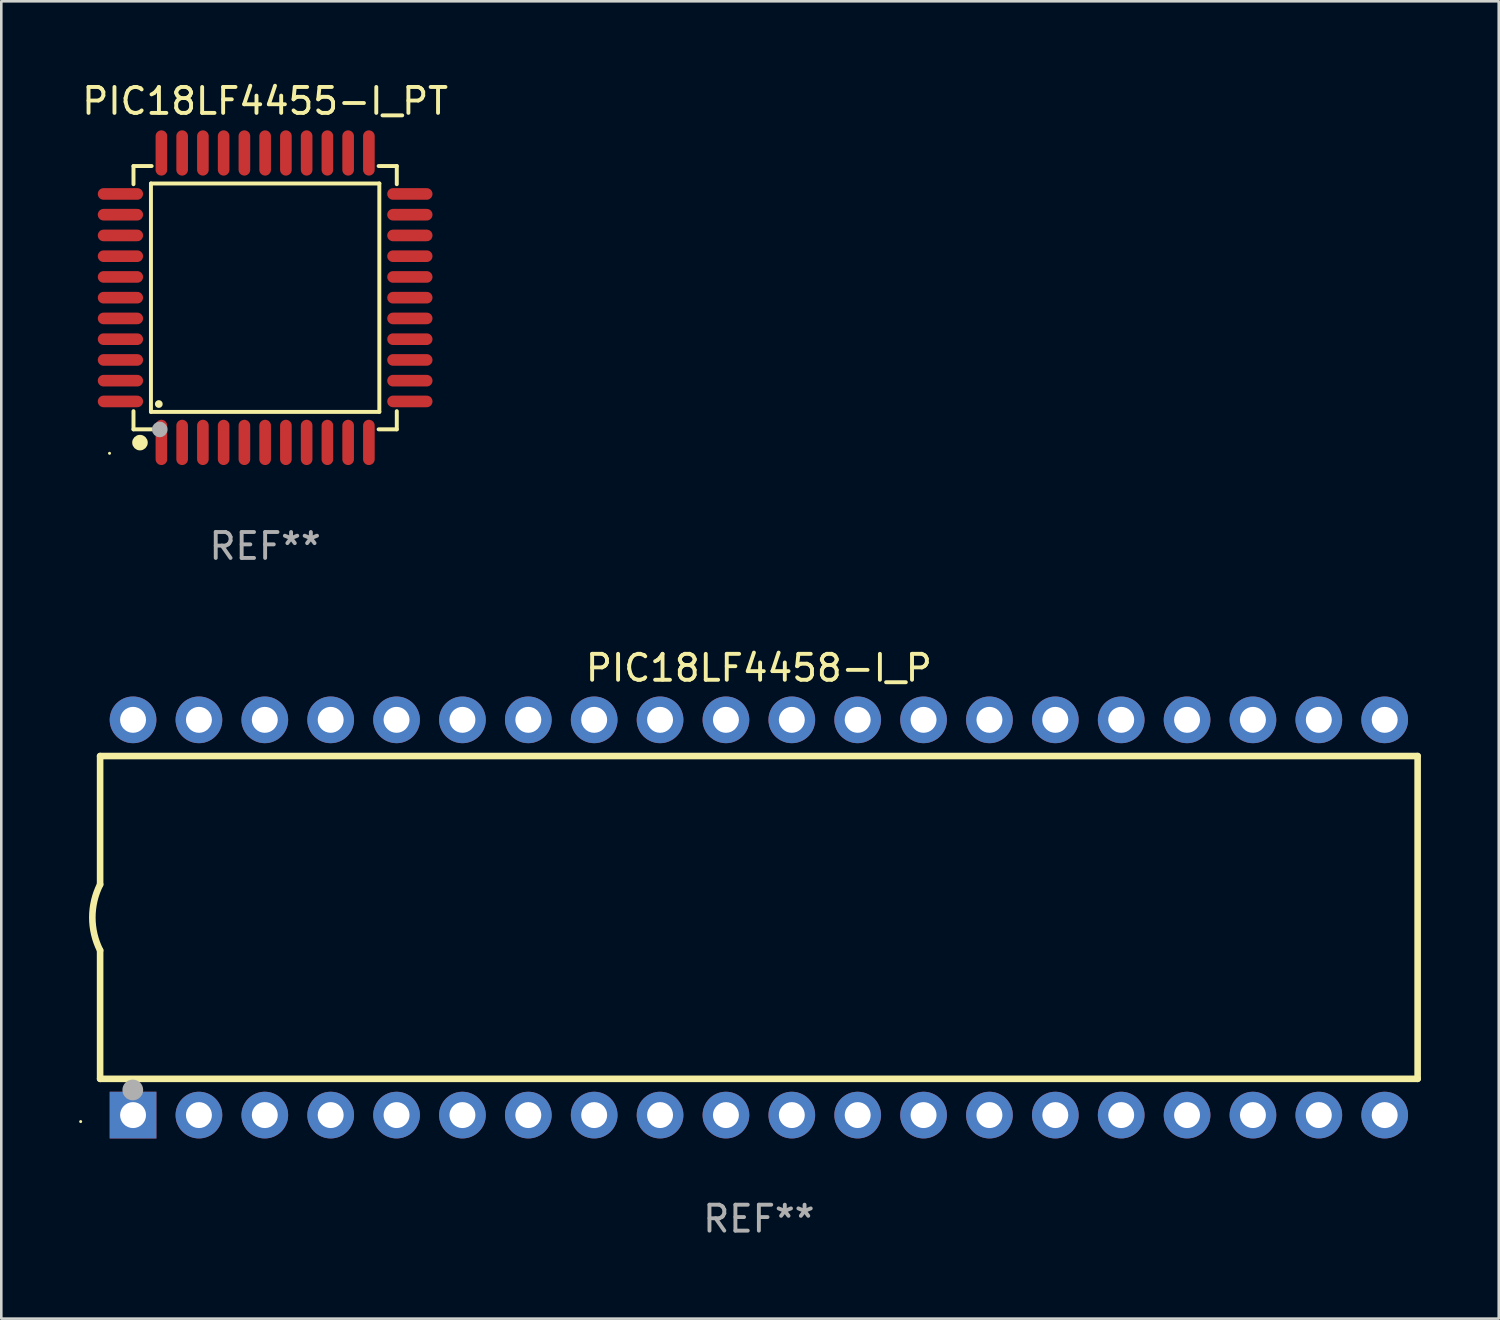
<source format=kicad_pcb>
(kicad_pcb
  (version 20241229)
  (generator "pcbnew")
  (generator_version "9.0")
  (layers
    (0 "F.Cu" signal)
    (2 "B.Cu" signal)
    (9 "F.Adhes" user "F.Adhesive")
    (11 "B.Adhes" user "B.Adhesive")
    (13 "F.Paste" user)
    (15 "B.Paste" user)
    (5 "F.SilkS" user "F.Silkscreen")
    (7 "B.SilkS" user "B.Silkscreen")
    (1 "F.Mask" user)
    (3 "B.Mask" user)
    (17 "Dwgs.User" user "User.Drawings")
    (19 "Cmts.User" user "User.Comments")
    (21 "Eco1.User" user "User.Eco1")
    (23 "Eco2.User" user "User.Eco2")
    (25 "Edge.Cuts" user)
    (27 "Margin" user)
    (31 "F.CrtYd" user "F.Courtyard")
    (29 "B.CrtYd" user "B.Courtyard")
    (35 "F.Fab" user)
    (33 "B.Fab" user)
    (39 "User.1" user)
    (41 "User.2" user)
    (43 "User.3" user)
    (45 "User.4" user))
  (footprint "PIC18LF4458-I_P"
    (layer "F.Cu")
    (at 26.21 32.325)
    (property "Reference" "PIC18LF4458-I_P" (at 0 -9.62 0) (layer "F.SilkS") (effects (font (size 1 1) (thickness 0.15))))
    (attr through_hole)
    (fp_line (start -25.4 -6.224) (end -25.4 -1.271) (stroke (width 0.254) (type solid)) (layer "F.SilkS"))
    (fp_line (start -25.4 -6.224) (end 25.4 -6.224) (stroke (width 0.254) (type solid)) (layer "F.SilkS"))
    (fp_line (start -25.4 1.269) (end -25.4 6.222) (stroke (width 0.254) (type solid)) (layer "F.SilkS"))
    (fp_line (start -25.4 6.222) (end 25.4 6.222) (stroke (width 0.254) (type solid)) (layer "F.SilkS"))
    (fp_line (start 25.4 6.222) (end 25.4 -6.224) (stroke (width 0.254) (type solid)) (layer "F.SilkS"))
    (fp_arc (start -25.4 1.269241) (mid -25.699807 -0.000762) (end -25.4 -1.270765) (stroke (width 0.254001) (type solid)) (layer "F.SilkS"))
    (fp_circle (center -26.15 7.87) (end -26.12 7.87) (stroke (width 0.06) (type solid)) (fill no) (layer "F.SilkS"))
    (fp_circle (center -24.14 6.65) (end -23.94 6.65) (stroke (width 0.4) (type solid)) (fill no) (layer "F.Fab"))
    (fp_text user "REF**" (at 0 11.62 0) (layer "F.Fab") (effects (font (size 1 1) (thickness 0.15))))
    (pad "1" thru_hole rect (at -24.13 7.62 90) (size 1.8 1.8) (drill 1) (layers "*.Cu" "*.Mask"))
    (pad "2" thru_hole circle (at -21.59 7.62) (size 1.8 1.8) (drill 1) (layers "*.Cu" "*.Mask"))
    (pad "3" thru_hole circle (at -19.05 7.62) (size 1.8 1.8) (drill 1) (layers "*.Cu" "*.Mask"))
    (pad "4" thru_hole circle (at -16.51 7.62) (size 1.8 1.8) (drill 1) (layers "*.Cu" "*.Mask"))
    (pad "5" thru_hole circle (at -13.97 7.62) (size 1.8 1.8) (drill 1) (layers "*.Cu" "*.Mask"))
    (pad "6" thru_hole circle (at -11.43 7.62) (size 1.8 1.8) (drill 1) (layers "*.Cu" "*.Mask"))
    (pad "7" thru_hole circle (at -8.89 7.62) (size 1.8 1.8) (drill 1) (layers "*.Cu" "*.Mask"))
    (pad "8" thru_hole circle (at -6.35 7.62) (size 1.8 1.8) (drill 1) (layers "*.Cu" "*.Mask"))
    (pad "9" thru_hole circle (at -3.81 7.62) (size 1.8 1.8) (drill 1) (layers "*.Cu" "*.Mask"))
    (pad "10" thru_hole circle (at -1.27 7.62) (size 1.8 1.8) (drill 1) (layers "*.Cu" "*.Mask"))
    (pad "11" thru_hole circle (at 1.27 7.62) (size 1.8 1.8) (drill 1) (layers "*.Cu" "*.Mask"))
    (pad "12" thru_hole circle (at 3.81 7.62) (size 1.8 1.8) (drill 1) (layers "*.Cu" "*.Mask"))
    (pad "13" thru_hole circle (at 6.35 7.62) (size 1.8 1.8) (drill 1) (layers "*.Cu" "*.Mask"))
    (pad "14" thru_hole circle (at 8.89 7.62) (size 1.8 1.8) (drill 1) (layers "*.Cu" "*.Mask"))
    (pad "15" thru_hole circle (at 11.43 7.62) (size 1.8 1.8) (drill 1) (layers "*.Cu" "*.Mask"))
    (pad "16" thru_hole circle (at 13.97 7.62) (size 1.8 1.8) (drill 1) (layers "*.Cu" "*.Mask"))
    (pad "17" thru_hole circle (at 16.51 7.62) (size 1.8 1.8) (drill 1) (layers "*.Cu" "*.Mask"))
    (pad "18" thru_hole circle (at 19.05 7.62) (size 1.8 1.8) (drill 1) (layers "*.Cu" "*.Mask"))
    (pad "19" thru_hole circle (at 21.59 7.62) (size 1.8 1.8) (drill 1) (layers "*.Cu" "*.Mask"))
    (pad "20" thru_hole circle (at 24.13 7.62) (size 1.8 1.8) (drill 1) (layers "*.Cu" "*.Mask"))
    (pad "21" thru_hole circle (at 24.13 -7.62) (size 1.8 1.8) (drill 1) (layers "*.Cu" "*.Mask"))
    (pad "22" thru_hole circle (at 21.59 -7.62) (size 1.8 1.8) (drill 1) (layers "*.Cu" "*.Mask"))
    (pad "23" thru_hole circle (at 19.05 -7.62) (size 1.8 1.8) (drill 1) (layers "*.Cu" "*.Mask"))
    (pad "24" thru_hole circle (at 16.51 -7.62) (size 1.8 1.8) (drill 1) (layers "*.Cu" "*.Mask"))
    (pad "25" thru_hole circle (at 13.97 -7.62) (size 1.8 1.8) (drill 1) (layers "*.Cu" "*.Mask"))
    (pad "26" thru_hole circle (at 11.43 -7.62) (size 1.8 1.8) (drill 1) (layers "*.Cu" "*.Mask"))
    (pad "27" thru_hole circle (at 8.89 -7.62) (size 1.8 1.8) (drill 1) (layers "*.Cu" "*.Mask"))
    (pad "28" thru_hole circle (at 6.35 -7.62) (size 1.8 1.8) (drill 1) (layers "*.Cu" "*.Mask"))
    (pad "29" thru_hole circle (at 3.81 -7.62) (size 1.8 1.8) (drill 1) (layers "*.Cu" "*.Mask"))
    (pad "30" thru_hole circle (at 1.27 -7.62) (size 1.8 1.8) (drill 1) (layers "*.Cu" "*.Mask"))
    (pad "31" thru_hole circle (at -1.27 -7.62) (size 1.8 1.8) (drill 1) (layers "*.Cu" "*.Mask"))
    (pad "32" thru_hole circle (at -3.81 -7.62) (size 1.8 1.8) (drill 1) (layers "*.Cu" "*.Mask"))
    (pad "33" thru_hole circle (at -6.35 -7.62) (size 1.8 1.8) (drill 1) (layers "*.Cu" "*.Mask"))
    (pad "34" thru_hole circle (at -8.89 -7.62) (size 1.8 1.8) (drill 1) (layers "*.Cu" "*.Mask"))
    (pad "35" thru_hole circle (at -11.43 -7.62) (size 1.8 1.8) (drill 1) (layers "*.Cu" "*.Mask"))
    (pad "36" thru_hole circle (at -13.97 -7.62) (size 1.8 1.8) (drill 1) (layers "*.Cu" "*.Mask"))
    (pad "37" thru_hole circle (at -16.51 -7.62) (size 1.8 1.8) (drill 1) (layers "*.Cu" "*.Mask"))
    (pad "38" thru_hole circle (at -19.05 -7.62) (size 1.8 1.8) (drill 1) (layers "*.Cu" "*.Mask"))
    (pad "39" thru_hole circle (at -21.59 -7.62) (size 1.8 1.8) (drill 1) (layers "*.Cu" "*.Mask"))
    (pad "40" thru_hole circle (at -24.13 -7.62) (size 1.8 1.8) (drill 1) (layers "*.Cu" "*.Mask")))
  (footprint "PIC18LF4455-I_PT"
    (layer "F.Cu")
    (at 7.173 8.428)
    (property "Reference" "PIC18LF4455-I_PT" (at 0 -7.58 0) (layer "F.SilkS") (effects (font (size 1 1) (thickness 0.15))))
    (attr through_hole)
    (fp_line (start -5.076 -5.076) (end -5.076 -4.376) (stroke (width 0.152) (type solid)) (layer "F.SilkS"))
    (fp_line (start -5.076 5.076) (end -5.076 4.376) (stroke (width 0.152) (type solid)) (layer "F.SilkS"))
    (fp_line (start -4.403 -4.403) (end 4.403 -4.403) (stroke (width 0.152) (type solid)) (layer "F.SilkS"))
    (fp_line (start -4.403 4.403) (end -4.403 -4.403) (stroke (width 0.152) (type solid)) (layer "F.SilkS"))
    (fp_line (start -4.376 -5.076) (end -5.076 -5.076) (stroke (width 0.152) (type solid)) (layer "F.SilkS"))
    (fp_line (start -4.376 5.076) (end -5.076 5.076) (stroke (width 0.152) (type solid)) (layer "F.SilkS"))
    (fp_line (start 4.376 -5.076) (end 5.076 -5.076) (stroke (width 0.152) (type solid)) (layer "F.SilkS"))
    (fp_line (start 4.376 5.076) (end 5.076 5.076) (stroke (width 0.152) (type solid)) (layer "F.SilkS"))
    (fp_line (start 4.403 -4.403) (end 4.403 4.403) (stroke (width 0.152) (type solid)) (layer "F.SilkS"))
    (fp_line (start 4.403 4.403) (end -4.403 4.403) (stroke (width 0.152) (type solid)) (layer "F.SilkS"))
    (fp_line (start 5.076 -5.076) (end 5.076 -4.376) (stroke (width 0.152) (type solid)) (layer "F.SilkS"))
    (fp_line (start 5.076 5.076) (end 5.076 4.376) (stroke (width 0.152) (type solid)) (layer "F.SilkS"))
    (fp_circle (center -6 6) (end -5.97 6) (stroke (width 0.06) (type solid)) (fill no) (layer "F.SilkS"))
    (fp_circle (center -4.826 5.588) (end -4.676 5.588) (stroke (width 0.3) (type solid)) (fill no) (layer "F.SilkS"))
    (fp_circle (center -4.1 4.1) (end -4.025 4.1) (stroke (width 0.15) (type solid)) (fill no) (layer "F.SilkS"))
    (fp_circle (center -4.064 5.08) (end -3.914 5.08) (stroke (width 0.3) (type solid)) (fill no) (layer "F.Fab"))
    (fp_text user "REF**" (at 0 9.58 0) (layer "F.Fab") (effects (font (size 1 1) (thickness 0.15))))
    (pad "1" smd oval (at -4 5.58) (size 0.448 1.745) (layers "F.Cu" "F.Mask" "F.Paste"))
    (pad "2" smd oval (at -3.2 5.58) (size 0.448 1.745) (layers "F.Cu" "F.Mask" "F.Paste"))
    (pad "3" smd oval (at -2.4 5.58) (size 0.448 1.745) (layers "F.Cu" "F.Mask" "F.Paste"))
    (pad "4" smd oval (at -1.6 5.58) (size 0.448 1.745) (layers "F.Cu" "F.Mask" "F.Paste"))
    (pad "5" smd oval (at -0.8 5.58) (size 0.448 1.745) (layers "F.Cu" "F.Mask" "F.Paste"))
    (pad "6" smd oval (at 0 5.58) (size 0.448 1.745) (layers "F.Cu" "F.Mask" "F.Paste"))
    (pad "7" smd oval (at 0.8 5.58) (size 0.448 1.745) (layers "F.Cu" "F.Mask" "F.Paste"))
    (pad "8" smd oval (at 1.6 5.58) (size 0.448 1.745) (layers "F.Cu" "F.Mask" "F.Paste"))
    (pad "9" smd oval (at 2.4 5.58) (size 0.448 1.745) (layers "F.Cu" "F.Mask" "F.Paste"))
    (pad "10" smd oval (at 3.2 5.58) (size 0.448 1.745) (layers "F.Cu" "F.Mask" "F.Paste"))
    (pad "11" smd oval (at 4 5.58) (size 0.448 1.745) (layers "F.Cu" "F.Mask" "F.Paste"))
    (pad "12" smd oval (at 5.58 4) (size 1.745 0.448) (layers "F.Cu" "F.Mask" "F.Paste"))
    (pad "13" smd oval (at 5.58 3.2) (size 1.745 0.448) (layers "F.Cu" "F.Mask" "F.Paste"))
    (pad "14" smd oval (at 5.58 2.4) (size 1.745 0.448) (layers "F.Cu" "F.Mask" "F.Paste"))
    (pad "15" smd oval (at 5.58 1.6) (size 1.745 0.448) (layers "F.Cu" "F.Mask" "F.Paste"))
    (pad "16" smd oval (at 5.58 0.8) (size 1.745 0.448) (layers "F.Cu" "F.Mask" "F.Paste"))
    (pad "17" smd oval (at 5.58 0) (size 1.745 0.448) (layers "F.Cu" "F.Mask" "F.Paste"))
    (pad "18" smd oval (at 5.58 -0.8) (size 1.745 0.448) (layers "F.Cu" "F.Mask" "F.Paste"))
    (pad "19" smd oval (at 5.58 -1.6) (size 1.745 0.448) (layers "F.Cu" "F.Mask" "F.Paste"))
    (pad "20" smd oval (at 5.58 -2.4) (size 1.745 0.448) (layers "F.Cu" "F.Mask" "F.Paste"))
    (pad "21" smd oval (at 5.58 -3.2) (size 1.745 0.448) (layers "F.Cu" "F.Mask" "F.Paste"))
    (pad "22" smd oval (at 5.58 -4) (size 1.745 0.448) (layers "F.Cu" "F.Mask" "F.Paste"))
    (pad "23" smd oval (at 4 -5.58) (size 0.448 1.745) (layers "F.Cu" "F.Mask" "F.Paste"))
    (pad "24" smd oval (at 3.2 -5.58) (size 0.448 1.745) (layers "F.Cu" "F.Mask" "F.Paste"))
    (pad "25" smd oval (at 2.4 -5.58) (size 0.448 1.745) (layers "F.Cu" "F.Mask" "F.Paste"))
    (pad "26" smd oval (at 1.6 -5.58) (size 0.448 1.745) (layers "F.Cu" "F.Mask" "F.Paste"))
    (pad "27" smd oval (at 0.8 -5.58) (size 0.448 1.745) (layers "F.Cu" "F.Mask" "F.Paste"))
    (pad "28" smd oval (at 0 -5.58) (size 0.448 1.745) (layers "F.Cu" "F.Mask" "F.Paste"))
    (pad "29" smd oval (at -0.8 -5.58) (size 0.448 1.745) (layers "F.Cu" "F.Mask" "F.Paste"))
    (pad "30" smd oval (at -1.6 -5.58) (size 0.448 1.745) (layers "F.Cu" "F.Mask" "F.Paste"))
    (pad "31" smd oval (at -2.4 -5.58) (size 0.448 1.745) (layers "F.Cu" "F.Mask" "F.Paste"))
    (pad "32" smd oval (at -3.2 -5.58) (size 0.448 1.745) (layers "F.Cu" "F.Mask" "F.Paste"))
    (pad "33" smd oval (at -4 -5.58) (size 0.448 1.745) (layers "F.Cu" "F.Mask" "F.Paste"))
    (pad "34" smd oval (at -5.58 -4) (size 1.745 0.448) (layers "F.Cu" "F.Mask" "F.Paste"))
    (pad "35" smd oval (at -5.58 -3.2) (size 1.745 0.448) (layers "F.Cu" "F.Mask" "F.Paste"))
    (pad "36" smd oval (at -5.58 -2.4) (size 1.745 0.448) (layers "F.Cu" "F.Mask" "F.Paste"))
    (pad "37" smd oval (at -5.58 -1.6) (size 1.745 0.448) (layers "F.Cu" "F.Mask" "F.Paste"))
    (pad "38" smd oval (at -5.58 -0.8) (size 1.745 0.448) (layers "F.Cu" "F.Mask" "F.Paste"))
    (pad "39" smd oval (at -5.58 0) (size 1.745 0.448) (layers "F.Cu" "F.Mask" "F.Paste"))
    (pad "40" smd oval (at -5.58 0.8) (size 1.745 0.448) (layers "F.Cu" "F.Mask" "F.Paste"))
    (pad "41" smd oval (at -5.58 1.6) (size 1.745 0.448) (layers "F.Cu" "F.Mask" "F.Paste"))
    (pad "42" smd oval (at -5.58 2.4) (size 1.745 0.448) (layers "F.Cu" "F.Mask" "F.Paste"))
    (pad "43" smd oval (at -5.58 3.2) (size 1.745 0.448) (layers "F.Cu" "F.Mask" "F.Paste"))
    (pad "44" smd oval (at -5.58 4) (size 1.745 0.448) (layers "F.Cu" "F.Mask" "F.Paste")))
  (gr_rect
    (start -3 -3)
    (end 54.737 47.793)
    (stroke (width 0.1) (type default))
    (fill no)
    (layer "Edge.Cuts")))
</source>
